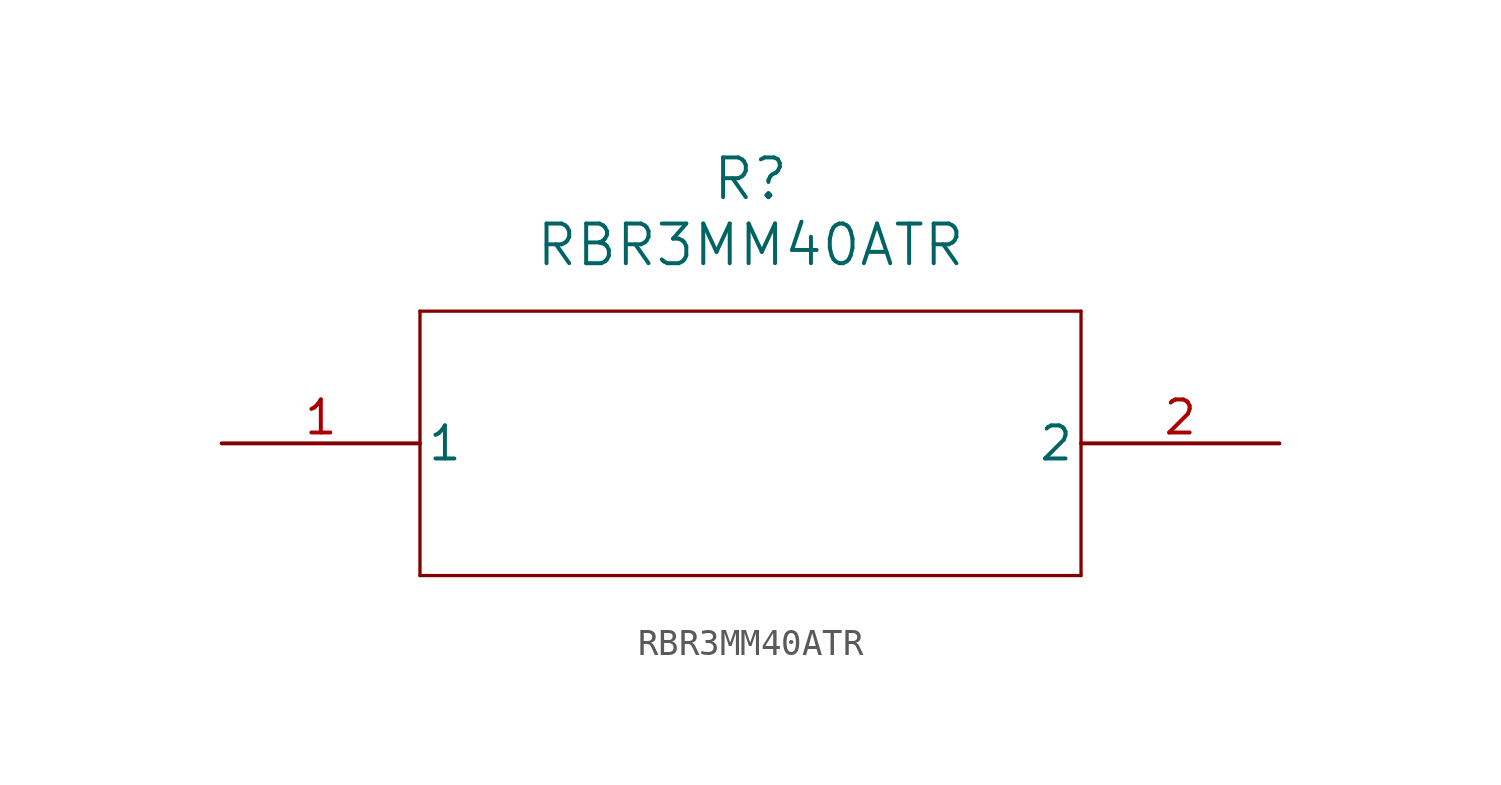
<source format=kicad_sym>
(kicad_symbol_lib
  (version 20211014)
  (generator kicad_symbol_editor)
  (symbol "RBR3MM40ATR"
    (pin_names
      (offset 0.254))
    (property "Reference" "R"
      (at 20.32 10.16 0)
      (effects (font (size 1.524 1.524))))
    (property "Value" "RBR3MM40ATR"
      (at 20.32 7.62 0)
      (effects (font (size 1.524 1.524))))
    (symbol "RBR3MM40ATR_0_1"
      (polyline (pts (xy 7.62 5.08) (xy 7.62 -5.08)) (stroke (width 0.127) (type default) (color 0 0 0 0)) (fill (type none)))
      (polyline (pts (xy 7.62 -5.08) (xy 33.02 -5.08)) (stroke (width 0.127) (type default) (color 0 0 0 0)) (fill (type none)))
      (polyline (pts (xy 33.02 -5.08) (xy 33.02 5.08)) (stroke (width 0.127) (type default) (color 0 0 0 0)) (fill (type none)))
      (polyline (pts (xy 33.02 5.08) (xy 7.62 5.08)) (stroke (width 0.127) (type default) (color 0 0 0 0)) (fill (type none)))
      (pin unspecified line (at 0 0 0) (length 7.62) (name "1" (effects (font (size 1.27 1.27)))) (number "1" (effects (font (size 1.27 1.27)))))
      (pin unspecified line (at 40.64 0 180) (length 7.62) (name "2" (effects (font (size 1.27 1.27)))) (number "2" (effects (font (size 1.27 1.27))))))))
</source>
